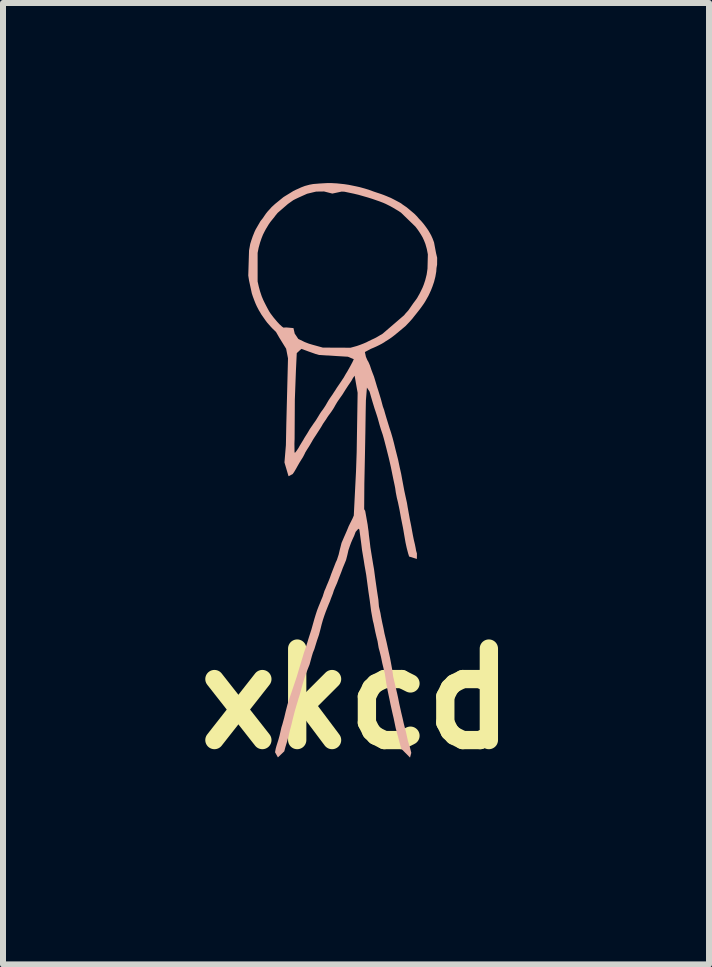
<source format=kicad_pcb>
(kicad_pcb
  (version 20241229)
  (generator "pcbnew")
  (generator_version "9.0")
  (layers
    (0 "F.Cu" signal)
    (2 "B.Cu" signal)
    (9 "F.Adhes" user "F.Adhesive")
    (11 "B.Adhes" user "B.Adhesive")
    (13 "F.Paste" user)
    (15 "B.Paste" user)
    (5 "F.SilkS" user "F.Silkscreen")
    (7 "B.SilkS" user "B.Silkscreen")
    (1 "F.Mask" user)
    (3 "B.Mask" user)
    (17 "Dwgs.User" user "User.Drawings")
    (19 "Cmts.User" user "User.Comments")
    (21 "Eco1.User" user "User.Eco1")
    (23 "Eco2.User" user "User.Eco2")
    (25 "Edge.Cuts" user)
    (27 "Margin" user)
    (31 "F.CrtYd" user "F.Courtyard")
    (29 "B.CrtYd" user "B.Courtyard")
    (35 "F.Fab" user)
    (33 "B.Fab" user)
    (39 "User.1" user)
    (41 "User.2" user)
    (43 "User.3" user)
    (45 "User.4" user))
  (footprint "xkcd"
    (layer "F.Cu")
    (at 2.881 9.671)
    (property "Reference" "xkcd" (at 0 -1.081 0) (layer "F.SilkS") (effects (font (size 1.524 1.524) (thickness 0.305))))
    (attr exclude_from_pos_files exclude_from_bom)
    (fp_poly (pts (xy -0.48 -9.671) (xy -0.532 -9.531) (xy -0.465 -9.514) (xy -0.394 -9.496) (xy -0.24 -9.529) (xy -0.192 -9.527) (xy -0.121 -9.512) (xy -0.04 -9.495) (xy 0.04 -9.476) (xy 0.124 -9.452) (xy 0.197 -9.431) (xy 0.271 -9.408) (xy 0.334 -9.386) (xy 0.394 -9.365) (xy 0.454 -9.342) (xy 0.495 -9.324) (xy 0.533 -9.305) (xy 0.569 -9.287) (xy 0.614 -9.262) (xy 0.708 -9.206) (xy 0.75 -9.178) (xy 0.989 -8.946) (xy 1.017 -8.91) (xy 1.035 -8.885) (xy 1.054 -8.857) (xy 1.084 -8.81) (xy 1.11 -8.765) (xy 1.133 -8.715) (xy 1.156 -8.657) (xy 1.18 -8.572) (xy 1.197 -8.483) (xy 1.191 -8.244) (xy 1.177 -8.147) (xy 1.153 -8.052) (xy 1.129 -7.98) (xy 1.109 -7.93) (xy 1.083 -7.876) (xy 1.058 -7.826) (xy 1.035 -7.786) (xy 1.018 -7.755) (xy 0.987 -7.712) (xy 0.953 -7.667) (xy 0.94 -7.648) (xy 0.915 -7.612) (xy 0.888 -7.573) (xy 0.875 -7.554) (xy 0.854 -7.53) (xy 0.826 -7.5) (xy 0.801 -7.469) (xy 0.443 -7.161) (xy 0.334 -7.097) (xy 0.304 -7.082) (xy 0.263 -7.063) (xy 0.213 -7.039) (xy 0.17 -7.017) (xy 0.123 -6.997) (xy 0.069 -6.976) (xy 0.011 -6.956) (xy -0.091 -6.928) (xy -0.552 -6.93) (xy -0.639 -6.954) (xy -0.719 -6.976) (xy -0.786 -6.996) (xy -0.853 -7.022) (xy -0.91 -6.909) (xy -0.852 -6.888) (xy -0.793 -6.866) (xy -0.733 -6.845) (xy -0.68 -6.826) (xy -0.617 -6.807) (xy -0.135 -6.778) (xy -0.037 -6.737) (xy -0.056 -6.695) (xy -0.078 -6.653) (xy -0.101 -6.61) (xy -0.13 -6.559) (xy -0.15 -6.524) (xy -0.17 -6.492) (xy -0.207 -6.427) (xy -0.221 -6.407) (xy -0.243 -6.373) (xy -0.268 -6.336) (xy -0.294 -6.298) (xy -0.32 -6.26) (xy -0.343 -6.223) (xy -0.371 -6.181) (xy -0.39 -6.151) (xy -0.408 -6.125) (xy -0.433 -6.089) (xy -0.461 -6.046) (xy -0.487 -6.001) (xy -0.507 -5.966) (xy -0.531 -5.929) (xy -0.555 -5.894) (xy -0.58 -5.861) (xy -0.603 -5.826) (xy -0.627 -5.786) (xy -0.657 -5.737) (xy -0.675 -5.709) (xy -0.701 -5.673) (xy -0.77 -5.572) (xy -0.791 -5.536) (xy -0.815 -5.496) (xy -0.845 -5.449) (xy -0.864 -5.418) (xy -0.879 -5.391) (xy -0.908 -5.344) (xy -0.937 -5.296) (xy -0.96 -5.255) (xy -0.99 -5.211) (xy -1.014 -5.18) (xy -1.024 -5.182) (xy -1.026 -5.33) (xy -1.023 -5.408) (xy -1.019 -6.063) (xy -1.001 -6.546) (xy -0.987 -6.838) (xy -0.91 -6.909) (xy -0.853 -7.022) (xy -0.961 -7.074) (xy -1.021 -7.163) (xy -1.042 -7.255) (xy -1.161 -7.266) (xy -1.209 -7.263) (xy -1.234 -7.281) (xy -1.275 -7.319) (xy -1.313 -7.36) (xy -1.373 -7.431) (xy -1.425 -7.5) (xy -1.448 -7.536) (xy -1.477 -7.589) (xy -1.5 -7.633) (xy -1.523 -7.678) (xy -1.545 -7.723) (xy -1.571 -7.785) (xy -1.598 -7.866) (xy -1.62 -7.947) (xy -1.639 -8.032) (xy -1.639 -8.508) (xy -1.622 -8.594) (xy -1.598 -8.68) (xy -1.574 -8.751) (xy -1.55 -8.811) (xy -1.526 -8.859) (xy -1.502 -8.904) (xy -1.479 -8.942) (xy -1.453 -8.985) (xy -1.425 -9.025) (xy -1.405 -9.05) (xy -1.383 -9.077) (xy -1.359 -9.107) (xy -1.338 -9.135) (xy -1.305 -9.175) (xy -1.134 -9.323) (xy -1.045 -9.386) (xy -1.008 -9.405) (xy -0.953 -9.431) (xy -0.911 -9.45) (xy -0.864 -9.471) (xy -0.815 -9.493) (xy -0.712 -9.518) (xy -0.664 -9.529) (xy -0.532 -9.531) (xy -0.48 -9.671) (xy -0.605 -9.664) (xy -0.714 -9.655) (xy -0.774 -9.644) (xy -0.852 -9.623) (xy -0.915 -9.599) (xy -0.96 -9.578) (xy -1.001 -9.56) (xy -1.044 -9.539) (xy -1.084 -9.514) (xy -1.195 -9.446) (xy -1.209 -9.437) (xy -1.348 -9.324) (xy -1.406 -9.271) (xy -1.438 -9.235) (xy -1.453 -9.219) (xy -1.473 -9.197) (xy -1.504 -9.158) (xy -1.527 -9.124) (xy -1.555 -9.083) (xy -1.591 -9.038) (xy -1.671 -8.9) (xy -1.69 -8.86) (xy -1.721 -8.783) (xy -1.745 -8.713) (xy -1.762 -8.658) (xy -1.782 -8.549) (xy -1.795 -8.13) (xy -1.782 -8.047) (xy -1.736 -7.834) (xy -1.719 -7.782) (xy -1.694 -7.715) (xy -1.673 -7.662) (xy -1.652 -7.616) (xy -1.617 -7.549) (xy -1.6 -7.522) (xy -1.577 -7.482) (xy -1.505 -7.379) (xy -1.48 -7.346) (xy -1.423 -7.281) (xy -1.393 -7.249) (xy -1.333 -7.191) (xy -1.279 -7.097) (xy -1.164 -6.911) (xy -1.133 -6.751) (xy -1.161 -5.66) (xy -1.168 -5.305) (xy -1.192 -5.017) (xy -1.124 -4.787) (xy -1.055 -4.823) (xy -1.03 -4.859) (xy -1.001 -4.908) (xy -0.977 -4.951) (xy -0.956 -4.988) (xy -0.935 -5.024) (xy -0.91 -5.064) (xy -0.884 -5.105) (xy -0.861 -5.149) (xy -0.844 -5.185) (xy -0.816 -5.231) (xy -0.782 -5.284) (xy -0.767 -5.309) (xy -0.743 -5.35) (xy -0.716 -5.397) (xy -0.697 -5.427) (xy -0.666 -5.474) (xy -0.597 -5.581) (xy -0.576 -5.615) (xy -0.55 -5.66) (xy -0.518 -5.707) (xy -0.497 -5.737) (xy -0.48 -5.765) (xy -0.457 -5.799) (xy -0.433 -5.831) (xy -0.41 -5.863) (xy -0.383 -5.903) (xy -0.363 -5.936) (xy -0.342 -5.974) (xy -0.314 -6.021) (xy -0.291 -6.055) (xy -0.261 -6.098) (xy -0.241 -6.126) (xy -0.225 -6.149) (xy -0.197 -6.194) (xy -0.172 -6.234) (xy -0.151 -6.266) (xy -0.127 -6.303) (xy -0.101 -6.34) (xy -0.075 -6.379) (xy -0.052 -6.421) (xy -0.023 -6.462) (xy 0.027 -6.177) (xy 0.011 -5.186) (xy 0.000108 -4.868) (xy -0.037 -4.132) (xy -0.057 -4.085) (xy -0.079 -4.041) (xy -0.1 -3.999) (xy -0.123 -3.952) (xy -0.149 -3.888) (xy -0.175 -3.828) (xy -0.201 -3.769) (xy -0.226 -3.711) (xy -0.241 -3.676) (xy -0.27 -3.563) (xy -0.289 -3.482) (xy -0.318 -3.393) (xy -0.337 -3.353) (xy -0.413 -3.158) (xy -0.434 -3.098) (xy -0.463 -3.025) (xy -0.487 -2.969) (xy -0.508 -2.916) (xy -0.526 -2.876) (xy -0.557 -2.779) (xy -0.577 -2.732) (xy -0.599 -2.677) (xy -0.625 -2.614) (xy -0.649 -2.551) (xy -0.673 -2.477) (xy -0.694 -2.408) (xy -0.744 -2.23) (xy -0.791 -2.084) (xy -0.815 -2.004) (xy -0.842 -1.92) (xy -0.868 -1.846) (xy -0.89 -1.77) (xy -0.912 -1.699) (xy -0.945 -1.589) (xy -0.965 -1.523) (xy -0.989 -1.442) (xy -1.037 -1.299) (xy -1.077 -1.18) (xy -1.098 -1.12) (xy -1.123 -1.045) (xy -1.142 -0.983) (xy -1.173 -0.862) (xy -1.197 -0.761) (xy -1.227 -0.652) (xy -1.243 -0.601) (xy -1.273 -0.469) (xy -1.292 -0.4) (xy -1.324 -0.298) (xy -1.337 -0.251) (xy -1.349 -0.189) (xy -1.301 -0.103) (xy -1.195 -0.204) (xy -1.177 -0.272) (xy -1.149 -0.364) (xy -1.115 -0.491) (xy -1.101 -0.552) (xy -1.074 -0.655) (xy -1.055 -0.736) (xy -1.019 -0.876) (xy -0.996 -0.955) (xy -0.972 -1.035) (xy -0.955 -1.092) (xy -0.936 -1.151) (xy -0.902 -1.277) (xy -0.891 -1.317) (xy -0.861 -1.415) (xy -0.834 -1.497) (xy -0.773 -1.652) (xy -0.735 -1.791) (xy -0.717 -1.85) (xy -0.694 -1.906) (xy -0.67 -1.984) (xy -0.649 -2.052) (xy -0.618 -2.142) (xy -0.597 -2.22) (xy -0.572 -2.32) (xy -0.55 -2.397) (xy -0.526 -2.469) (xy -0.504 -2.53) (xy -0.48 -2.591) (xy -0.456 -2.651) (xy -0.433 -2.705) (xy -0.42 -2.743) (xy -0.385 -2.833) (xy -0.369 -2.884) (xy -0.346 -2.939) (xy -0.316 -3.007) (xy -0.286 -3.087) (xy -0.265 -3.14) (xy -0.241 -3.202) (xy -0.221 -3.257) (xy -0.193 -3.324) (xy -0.166 -3.39) (xy -0.144 -3.475) (xy -0.126 -3.555) (xy -0.106 -3.614) (xy -0.082 -3.68) (xy -0.058 -3.736) (xy -0.031 -3.794) (xy -0.006 -3.86) (xy 0.04 -3.913) (xy 0.056 -3.899) (xy 0.086 -3.674) (xy 0.1 -3.559) (xy 0.128 -3.392) (xy 0.141 -3.309) (xy 0.158 -3.212) (xy 0.17 -3.143) (xy 0.207 -2.866) (xy 0.228 -2.725) (xy 0.252 -2.54) (xy 0.281 -2.379) (xy 0.294 -2.329) (xy 0.322 -2.191) (xy 0.342 -2.105) (xy 0.359 -2.038) (xy 0.37 -1.971) (xy 0.378 -1.925) (xy 0.394 -1.867) (xy 0.416 -1.778) (xy 0.438 -1.671) (xy 0.465 -1.56) (xy 0.48 -1.5) (xy 0.489 -1.439) (xy 0.506 -1.327) (xy 0.527 -1.216) (xy 0.542 -1.145) (xy 0.559 -1.065) (xy 0.574 -0.99) (xy 0.607 -0.841) (xy 0.627 -0.756) (xy 0.661 -0.591) (xy 0.68 -0.52) (xy 0.699 -0.452) (xy 0.729 -0.336) (xy 0.755 -0.246) (xy 0.9 -0.1) (xy 0.921 -0.179) (xy 0.899 -0.267) (xy 0.865 -0.378) (xy 0.851 -0.441) (xy 0.834 -0.52) (xy 0.795 -0.67) (xy 0.776 -0.756) (xy 0.754 -0.848) (xy 0.72 -1.001) (xy 0.701 -1.097) (xy 0.687 -1.161) (xy 0.66 -1.276) (xy 0.619 -1.451) (xy 0.608 -1.538) (xy 0.578 -1.703) (xy 0.566 -1.765) (xy 0.544 -1.863) (xy 0.508 -2.028) (xy 0.474 -2.169) (xy 0.458 -2.252) (xy 0.436 -2.353) (xy 0.417 -2.449) (xy 0.407 -2.508) (xy 0.382 -2.617) (xy 0.373 -2.728) (xy 0.349 -2.884) (xy 0.319 -3.095) (xy 0.3 -3.239) (xy 0.286 -3.318) (xy 0.26 -3.477) (xy 0.25 -3.539) (xy 0.24 -3.601) (xy 0.228 -3.704) (xy 0.215 -3.806) (xy 0.209 -3.87) (xy 0.201 -3.924) (xy 0.194 -3.979) (xy 0.153 -4.21) (xy 0.136 -4.238) (xy 0.139 -4.661) (xy 0.149 -5.141) (xy 0.156 -5.517) (xy 0.161 -5.856) (xy 0.165 -6.051) (xy 0.182 -6.264) (xy 0.226 -6.197) (xy 0.25 -6.112) (xy 0.276 -6.023) (xy 0.31 -5.912) (xy 0.322 -5.877) (xy 0.343 -5.813) (xy 0.361 -5.756) (xy 0.392 -5.644) (xy 0.414 -5.571) (xy 0.445 -5.479) (xy 0.465 -5.409) (xy 0.492 -5.305) (xy 0.508 -5.243) (xy 0.544 -5.1) (xy 0.563 -5.019) (xy 0.583 -4.93) (xy 0.604 -4.825) (xy 0.626 -4.718) (xy 0.643 -4.639) (xy 0.653 -4.588) (xy 0.663 -4.517) (xy 0.681 -4.425) (xy 0.699 -4.353) (xy 0.725 -4.228) (xy 0.749 -4.095) (xy 0.784 -3.92) (xy 0.798 -3.838) (xy 0.825 -3.682) (xy 0.844 -3.595) (xy 0.868 -3.503) (xy 0.885 -3.449) (xy 1.014 -3.409) (xy 1.015 -3.5) (xy 1.001 -3.547) (xy 0.994 -3.589) (xy 0.981 -3.653) (xy 0.964 -3.724) (xy 0.948 -3.802) (xy 0.919 -3.961) (xy 0.897 -4.069) (xy 0.86 -4.275) (xy 0.849 -4.342) (xy 0.827 -4.442) (xy 0.805 -4.544) (xy 0.772 -4.72) (xy 0.752 -4.829) (xy 0.727 -4.94) (xy 0.701 -5.064) (xy 0.682 -5.139) (xy 0.655 -5.245) (xy 0.633 -5.336) (xy 0.611 -5.42) (xy 0.583 -5.516) (xy 0.557 -5.594) (xy 0.535 -5.666) (xy 0.508 -5.754) (xy 0.484 -5.835) (xy 0.468 -5.893) (xy 0.448 -5.947) (xy 0.416 -6.067) (xy 0.398 -6.127) (xy 0.371 -6.215) (xy 0.351 -6.276) (xy 0.327 -6.357) (xy 0.3 -6.446) (xy 0.274 -6.513) (xy 0.257 -6.558) (xy 0.231 -6.636) (xy 0.206 -6.693) (xy 0.189 -6.721) (xy 0.165 -6.777) (xy 0.148 -6.856) (xy 0.247 -6.909) (xy 0.295 -6.929) (xy 0.342 -6.95) (xy 0.383 -6.97) (xy 0.429 -6.994) (xy 0.468 -7.017) (xy 0.494 -7.035) (xy 0.536 -7.061) (xy 0.565 -7.08) (xy 0.591 -7.098) (xy 0.646 -7.14) (xy 0.744 -7.221) (xy 0.824 -7.288) (xy 0.89 -7.357) (xy 0.924 -7.395) (xy 0.943 -7.417) (xy 0.963 -7.443) (xy 0.996 -7.484) (xy 1.06 -7.565) (xy 1.089 -7.604) (xy 1.111 -7.635) (xy 1.132 -7.665) (xy 1.154 -7.7) (xy 1.183 -7.751) (xy 1.206 -7.792) (xy 1.228 -7.838) (xy 1.25 -7.887) (xy 1.274 -7.948) (xy 1.3 -8.024) (xy 1.322 -8.11) (xy 1.337 -8.196) (xy 1.341 -8.254) (xy 1.351 -8.313) (xy 1.352 -8.427) (xy 1.334 -8.502) (xy 1.3 -8.683) (xy 1.276 -8.747) (xy 1.252 -8.8) (xy 1.228 -8.843) (xy 1.207 -8.879) (xy 1.182 -8.916) (xy 1.15 -8.96) (xy 1.131 -8.985) (xy 1.113 -9.007) (xy 1.084 -9.041) (xy 1.067 -9.058) (xy 1.042 -9.085) (xy 1.016 -9.116) (xy 0.97 -9.162) (xy 0.846 -9.266) (xy 0.821 -9.283) (xy 0.777 -9.313) (xy 0.754 -9.331) (xy 0.729 -9.346) (xy 0.682 -9.371) (xy 0.631 -9.398) (xy 0.578 -9.425) (xy 0.548 -9.437) (xy 0.513 -9.452) (xy 0.461 -9.473) (xy 0.411 -9.491) (xy 0.344 -9.513) (xy 0.291 -9.531) (xy 0.212 -9.56) (xy 0.143 -9.581) (xy 0.059 -9.604) (xy -0.000178 -9.617) (xy -0.122 -9.642) (xy -0.195 -9.653) (xy -0.319 -9.666) (xy -0.412 -9.671) (xy -0.48 -9.671)) (stroke (width 0) (type solid)) (fill yes) (layer "B.SilkS")))
  (gr_rect
    (start -3 -3)
    (end 8.762 13.017)
    (stroke (width 0.1) (type default))
    (fill no)
    (layer "Edge.Cuts")))
</source>
